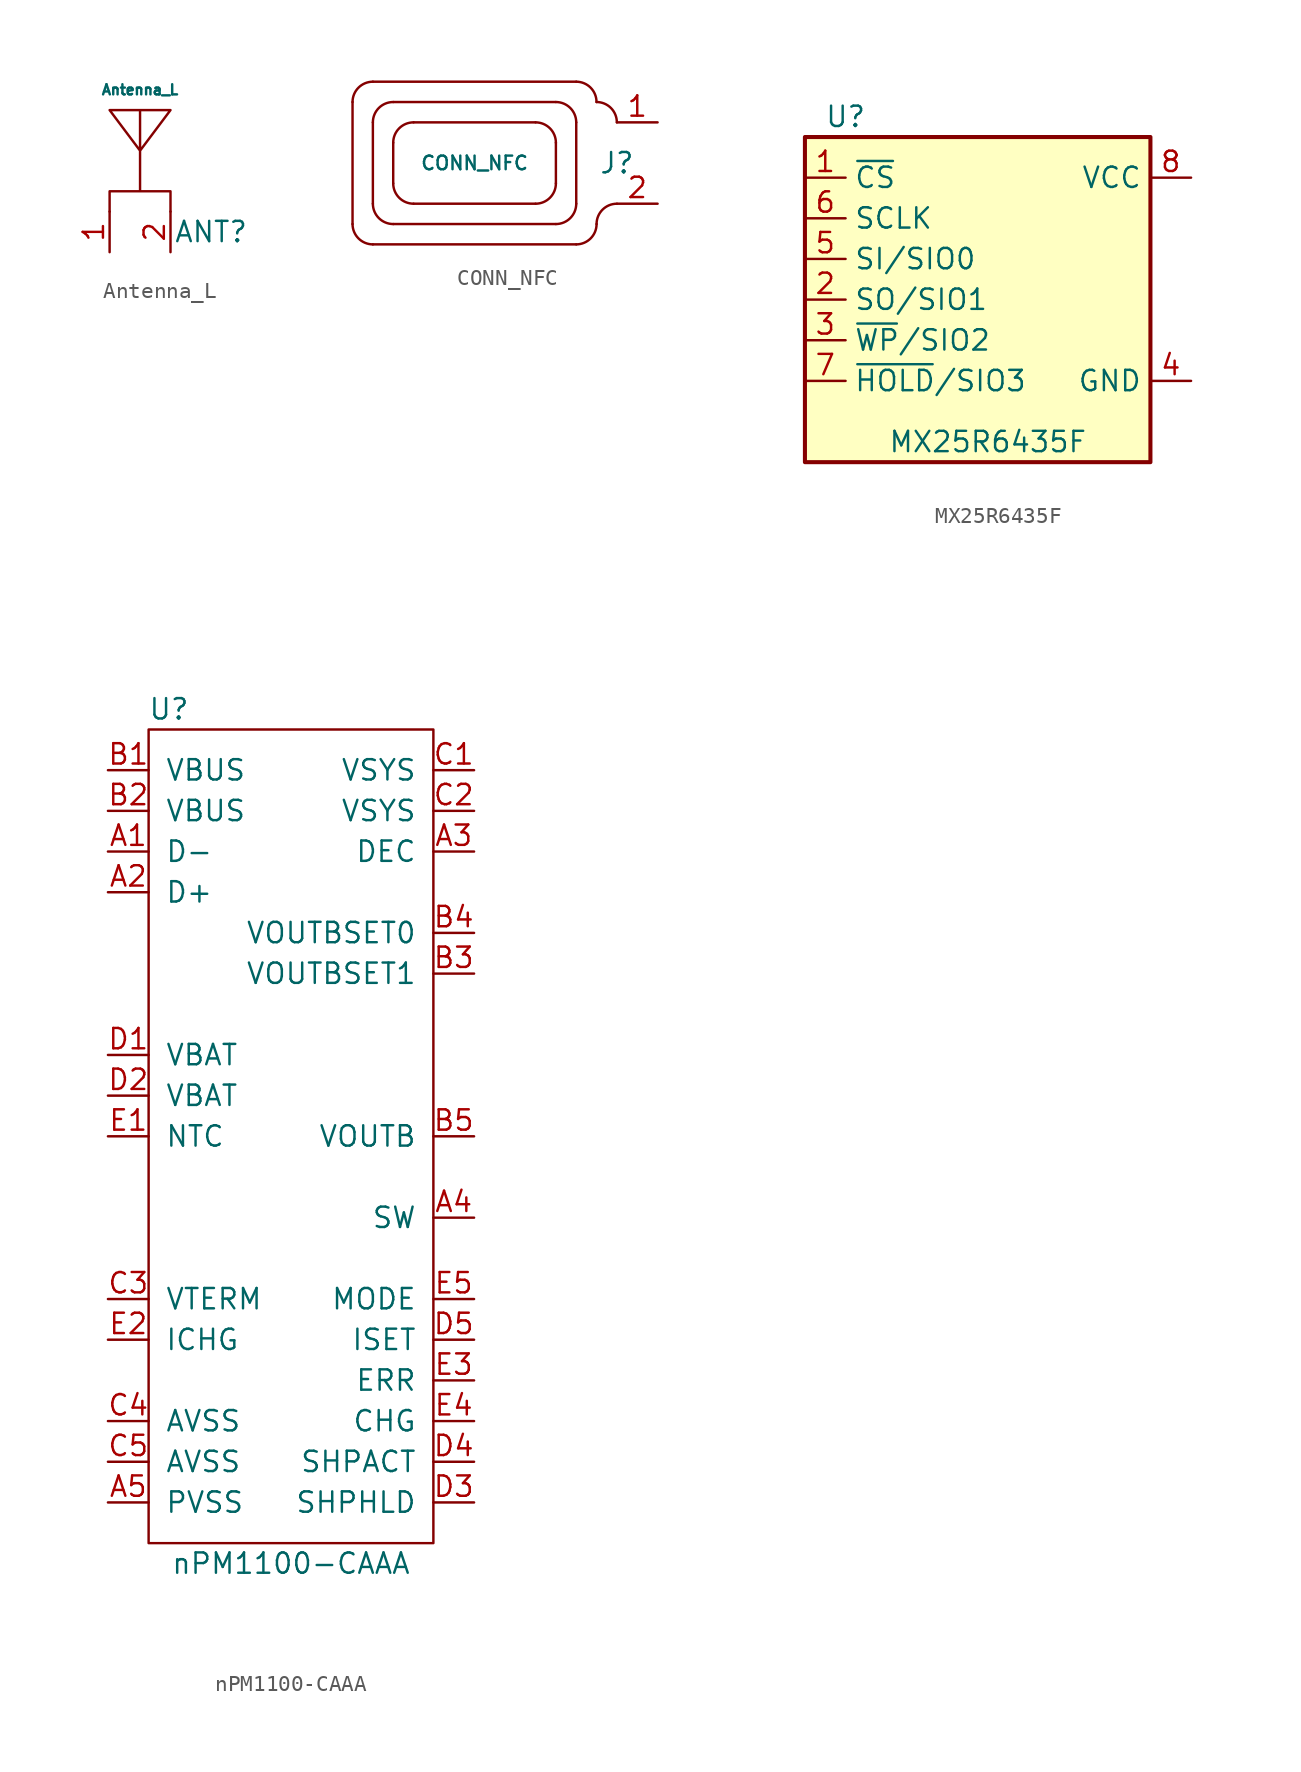
<source format=kicad_sym>
(kicad_symbol_lib
  (version 20211014)
  (generator kicad_symbol_editor)
  (symbol "Antenna_L"
    (property "Reference" "ANT"
      (at 4.445 -1.27 0)
      (effects (font (size 1.27 1.27))))
    (property "Value" "Antenna_L"
      (at 0 7.62 0)
      (effects (font (size 0.635 0.635))))
    (symbol "Antenna_L_0_1"
      (polyline (pts (xy 1.905 0) (xy 1.905 1.27) (xy -1.905 1.27) (xy -1.905 0) (xy -1.905 1.27) (xy 0 1.27) (xy 0 3.81) (xy -1.905 6.35) (xy 1.905 6.35) (xy 0 3.81) (xy 0 6.35)) (stroke (width 0.152) (type default) (color 0 0 0 0)) (fill (type none))))
    (symbol "Antenna_L_1_1"
      (pin input line (at -1.905 -2.54 90) (length 2.54) (name "" (effects (font (size 1.27 1.27)))) (number "1" (effects (font (size 1.27 1.27)))))
      (pin free line (at 1.905 -2.54 90) (length 2.54) (name "" (effects (font (size 1.27 1.27)))) (number "2" (effects (font (size 1.27 1.27)))))))
  (symbol "CONN_NFC"
    (pin_names
      (offset 1.016) hide)
    (property "Reference" "J"
      (at 0 0 0)
      (effects (font (size 1.27 1.27))))
    (property "Value" "CONN_NFC"
      (at -8.89 0 0)
      (effects (font (size 0.85 0.85))))
    (symbol "CONN_NFC_0_1"
      (arc (start -16.51 -3.81) (mid -16.138 -4.708) (end -15.24 -5.08) (stroke (width 0.1524) (type default) (color 0 0 0 0)) (fill (type none)))
      (arc (start -15.24 -2.54) (mid -14.868 -3.438) (end -13.97 -3.81) (stroke (width 0.1524) (type default) (color 0 0 0 0)) (fill (type none)))
      (arc (start -15.24 5.08) (mid -16.138 4.708) (end -16.51 3.81) (stroke (width 0.1524) (type default) (color 0 0 0 0)) (fill (type none)))
      (arc (start -13.97 -1.27) (mid -13.598 -2.168) (end -12.7 -2.54) (stroke (width 0.1524) (type default) (color 0 0 0 0)) (fill (type none)))
      (arc (start -13.97 3.81) (mid -14.868 3.438) (end -15.24 2.54) (stroke (width 0.1524) (type default) (color 0 0 0 0)) (fill (type none)))
      (arc (start -12.7 2.54) (mid -13.598 2.168) (end -13.97 1.27) (stroke (width 0.1524) (type default) (color 0 0 0 0)) (fill (type none)))
      (arc (start -5.08 -2.54) (mid -4.182 -2.168) (end -3.81 -1.27) (stroke (width 0.1524) (type default) (color 0 0 0 0)) (fill (type none)))
      (arc (start -3.81 -3.81) (mid -2.912 -3.438) (end -2.54 -2.54) (stroke (width 0.1524) (type default) (color 0 0 0 0)) (fill (type none)))
      (arc (start -3.81 1.27) (mid -4.182 2.168) (end -5.08 2.54) (stroke (width 0.1524) (type default) (color 0 0 0 0)) (fill (type none)))
      (arc (start -2.54 -5.08) (mid -1.642 -4.708) (end -1.27 -3.81) (stroke (width 0.1524) (type default) (color 0 0 0 0)) (fill (type none)))
      (arc (start -2.54 2.54) (mid -2.912 3.438) (end -3.81 3.81) (stroke (width 0.1524) (type default) (color 0 0 0 0)) (fill (type none)))
      (arc (start -1.27 3.81) (mid -1.642 4.708) (end -2.54 5.08) (stroke (width 0.1524) (type default) (color 0 0 0 0)) (fill (type none)))
      (arc (start 0 -2.54) (mid -0.898 -2.912) (end -1.27 -3.81) (stroke (width 0.1524) (type default) (color 0 0 0 0)) (fill (type none)))
      (polyline (pts (xy -16.51 3.81) (xy -16.51 -3.81)) (stroke (width 0.152) (type default) (color 0 0 0 0)) (fill (type none)))
      (polyline (pts (xy -15.24 -5.08) (xy -2.54 -5.08)) (stroke (width 0.152) (type default) (color 0 0 0 0)) (fill (type none)))
      (polyline (pts (xy -15.24 -2.54) (xy -15.24 2.54)) (stroke (width 0.152) (type default) (color 0 0 0 0)) (fill (type none)))
      (polyline (pts (xy -15.24 5.08) (xy -2.54 5.08)) (stroke (width 0.152) (type default) (color 0 0 0 0)) (fill (type none)))
      (polyline (pts (xy -13.97 1.27) (xy -13.97 -1.27)) (stroke (width 0.152) (type default) (color 0 0 0 0)) (fill (type none)))
      (polyline (pts (xy -13.97 3.81) (xy -3.81 3.81)) (stroke (width 0.152) (type default) (color 0 0 0 0)) (fill (type none)))
      (polyline (pts (xy -12.7 -2.54) (xy -5.08 -2.54)) (stroke (width 0.152) (type default) (color 0 0 0 0)) (fill (type none)))
      (polyline (pts (xy -5.08 2.54) (xy -12.7 2.54)) (stroke (width 0.152) (type default) (color 0 0 0 0)) (fill (type none)))
      (polyline (pts (xy -3.81 -3.81) (xy -13.97 -3.81)) (stroke (width 0.152) (type default) (color 0 0 0 0)) (fill (type none)))
      (polyline (pts (xy -3.81 -1.27) (xy -3.81 1.27)) (stroke (width 0.152) (type default) (color 0 0 0 0)) (fill (type none)))
      (polyline (pts (xy -2.54 2.54) (xy -2.54 -2.54)) (stroke (width 0.152) (type default) (color 0 0 0 0)) (fill (type none)))
      (arc (start 0 2.54) (mid 0.898 4.708) (end -1.27 3.81) (stroke (width 0.1524) (type default) (color 0 0 0 0)) (fill (type none))))
    (symbol "CONN_NFC_1_1"
      (pin input line (at 2.54 2.54 180) (length 2.54) (name "" (effects (font (size 1.27 1.27)))) (number "1" (effects (font (size 1.27 1.27)))))
      (pin input line (at 2.54 -2.54 180) (length 2.54) (name "" (effects (font (size 1.27 1.27)))) (number "2" (effects (font (size 1.27 1.27)))))))
  (symbol "MX25R6435F"
    (property "Reference" "U"
      (at -8.89 8.89 0)
      (effects (font (size 1.27 1.27))))
    (property "Value" "MX25R6435F"
      (at 0 -11.43 0)
      (effects (font (size 1.27 1.27))))
    (symbol "MX25R6435F_1_1"
      (rectangle (start -11.43 7.62) (end 10.16 -12.7) (stroke (width 0.254) (type default) (color 0 0 0 0)) (fill (type background)))
      (pin input line (at -11.43 5.08 0) (length 2.54) (name "~{CS}" (effects (font (size 1.27 1.27)))) (number "1" (effects (font (size 1.27 1.27)))))
      (pin bidirectional line (at -11.43 -2.54 0) (length 2.54) (name "SO/SIO1" (effects (font (size 1.27 1.27)))) (number "2" (effects (font (size 1.27 1.27)))))
      (pin bidirectional line (at -11.43 -5.08 0) (length 2.54) (name "~{WP}/SIO2" (effects (font (size 1.27 1.27)))) (number "3" (effects (font (size 1.27 1.27)))))
      (pin power_in line (at 12.7 -7.62 180) (length 2.54) (name "GND" (effects (font (size 1.27 1.27)))) (number "4" (effects (font (size 1.27 1.27)))))
      (pin bidirectional line (at -11.43 0 0) (length 2.54) (name "SI/SIO0" (effects (font (size 1.27 1.27)))) (number "5" (effects (font (size 1.27 1.27)))))
      (pin input line (at -11.43 2.54 0) (length 2.54) (name "SCLK" (effects (font (size 1.27 1.27)))) (number "6" (effects (font (size 1.27 1.27)))))
      (pin bidirectional line (at -11.43 -7.62 0) (length 2.54) (name "~{HOLD}/SIO3" (effects (font (size 1.27 1.27)))) (number "7" (effects (font (size 1.27 1.27)))))
      (pin power_in line (at 12.7 5.08 180) (length 2.54) (name "VCC" (effects (font (size 1.27 1.27)))) (number "8" (effects (font (size 1.27 1.27)))))))
  (symbol "nPM1100-CAAA"
    (pin_names
      (offset 1.016))
    (property "Reference" "U"
      (at -7.62 26.67 0)
      (effects (font (size 1.27 1.27))))
    (property "Value" "nPM1100-CAAA"
      (at 0 -26.67 0)
      (effects (font (size 1.27 1.27))))
    (symbol "nPM1100-CAAA_0_1"
      (rectangle (start -8.89 25.4) (end 8.89 -25.4) (stroke (width 0) (type default) (color 0 0 0 0)) (fill (type none))))
    (symbol "nPM1100-CAAA_1_1"
      (pin input line (at -11.43 17.78 0) (length 2.54) (name "D-" (effects (font (size 1.27 1.27)))) (number "A1" (effects (font (size 1.27 1.27)))))
      (pin input line (at -11.43 15.24 0) (length 2.54) (name "D+" (effects (font (size 1.27 1.27)))) (number "A2" (effects (font (size 1.27 1.27)))))
      (pin output line (at 11.43 17.78 180) (length 2.54) (name "DEC" (effects (font (size 1.27 1.27)))) (number "A3" (effects (font (size 1.27 1.27)))))
      (pin output line (at 11.43 -5.08 180) (length 2.54) (name "SW" (effects (font (size 1.27 1.27)))) (number "A4" (effects (font (size 1.27 1.27)))))
      (pin power_in line (at -11.43 -22.86 0) (length 2.54) (name "PVSS" (effects (font (size 1.27 1.27)))) (number "A5" (effects (font (size 1.27 1.27)))))
      (pin power_in line (at -11.43 22.86 0) (length 2.54) (name "VBUS" (effects (font (size 1.27 1.27)))) (number "B1" (effects (font (size 1.27 1.27)))))
      (pin power_in line (at -11.43 20.32 0) (length 2.54) (name "VBUS" (effects (font (size 1.27 1.27)))) (number "B2" (effects (font (size 1.27 1.27)))))
      (pin input line (at 11.43 10.16 180) (length 2.54) (name "VOUTBSET1" (effects (font (size 1.27 1.27)))) (number "B3" (effects (font (size 1.27 1.27)))))
      (pin input line (at 11.43 12.7 180) (length 2.54) (name "VOUTBSET0" (effects (font (size 1.27 1.27)))) (number "B4" (effects (font (size 1.27 1.27)))))
      (pin power_out line (at 11.43 0 180) (length 2.54) (name "VOUTB" (effects (font (size 1.27 1.27)))) (number "B5" (effects (font (size 1.27 1.27)))))
      (pin power_out line (at 11.43 22.86 180) (length 2.54) (name "VSYS" (effects (font (size 1.27 1.27)))) (number "C1" (effects (font (size 1.27 1.27)))))
      (pin power_out line (at 11.43 20.32 180) (length 2.54) (name "VSYS" (effects (font (size 1.27 1.27)))) (number "C2" (effects (font (size 1.27 1.27)))))
      (pin input line (at -11.43 -10.16 0) (length 2.54) (name "VTERM" (effects (font (size 1.27 1.27)))) (number "C3" (effects (font (size 1.27 1.27)))))
      (pin power_in line (at -11.43 -17.78 0) (length 2.54) (name "AVSS" (effects (font (size 1.27 1.27)))) (number "C4" (effects (font (size 1.27 1.27)))))
      (pin power_in line (at -11.43 -20.32 0) (length 2.54) (name "AVSS" (effects (font (size 1.27 1.27)))) (number "C5" (effects (font (size 1.27 1.27)))))
      (pin power_in line (at -11.43 5.08 0) (length 2.54) (name "VBAT" (effects (font (size 1.27 1.27)))) (number "D1" (effects (font (size 1.27 1.27)))))
      (pin power_in line (at -11.43 2.54 0) (length 2.54) (name "VBAT" (effects (font (size 1.27 1.27)))) (number "D2" (effects (font (size 1.27 1.27)))))
      (pin input line (at 11.43 -22.86 180) (length 2.54) (name "SHPHLD" (effects (font (size 1.27 1.27)))) (number "D3" (effects (font (size 1.27 1.27)))))
      (pin input line (at 11.43 -20.32 180) (length 2.54) (name "SHPACT" (effects (font (size 1.27 1.27)))) (number "D4" (effects (font (size 1.27 1.27)))))
      (pin input line (at 11.43 -12.7 180) (length 2.54) (name "ISET" (effects (font (size 1.27 1.27)))) (number "D5" (effects (font (size 1.27 1.27)))))
      (pin input line (at -11.43 0 0) (length 2.54) (name "NTC" (effects (font (size 1.27 1.27)))) (number "E1" (effects (font (size 1.27 1.27)))))
      (pin input line (at -11.43 -12.7 0) (length 2.54) (name "ICHG" (effects (font (size 1.27 1.27)))) (number "E2" (effects (font (size 1.27 1.27)))))
      (pin output line (at 11.43 -15.24 180) (length 2.54) (name "ERR" (effects (font (size 1.27 1.27)))) (number "E3" (effects (font (size 1.27 1.27)))))
      (pin output line (at 11.43 -17.78 180) (length 2.54) (name "CHG" (effects (font (size 1.27 1.27)))) (number "E4" (effects (font (size 1.27 1.27)))))
      (pin input line (at 11.43 -10.16 180) (length 2.54) (name "MODE" (effects (font (size 1.27 1.27)))) (number "E5" (effects (font (size 1.27 1.27))))))))
</source>
